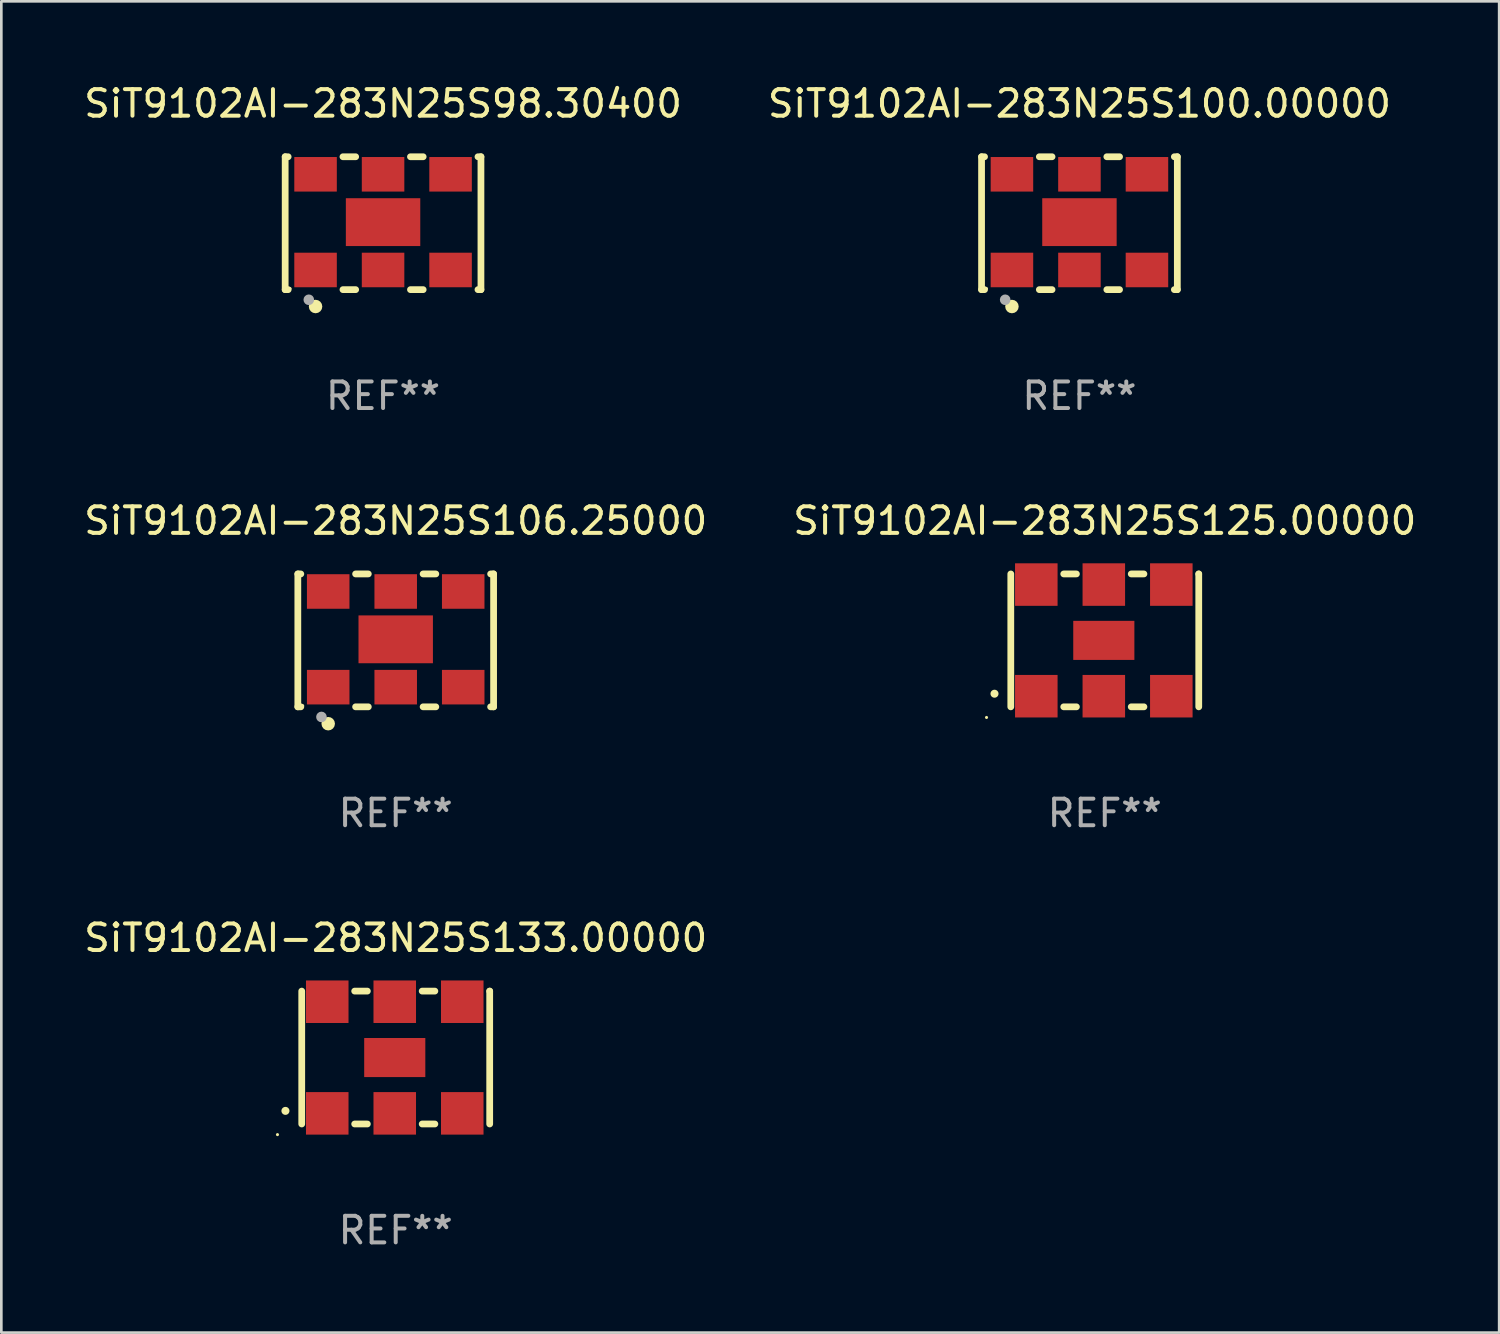
<source format=kicad_pcb>
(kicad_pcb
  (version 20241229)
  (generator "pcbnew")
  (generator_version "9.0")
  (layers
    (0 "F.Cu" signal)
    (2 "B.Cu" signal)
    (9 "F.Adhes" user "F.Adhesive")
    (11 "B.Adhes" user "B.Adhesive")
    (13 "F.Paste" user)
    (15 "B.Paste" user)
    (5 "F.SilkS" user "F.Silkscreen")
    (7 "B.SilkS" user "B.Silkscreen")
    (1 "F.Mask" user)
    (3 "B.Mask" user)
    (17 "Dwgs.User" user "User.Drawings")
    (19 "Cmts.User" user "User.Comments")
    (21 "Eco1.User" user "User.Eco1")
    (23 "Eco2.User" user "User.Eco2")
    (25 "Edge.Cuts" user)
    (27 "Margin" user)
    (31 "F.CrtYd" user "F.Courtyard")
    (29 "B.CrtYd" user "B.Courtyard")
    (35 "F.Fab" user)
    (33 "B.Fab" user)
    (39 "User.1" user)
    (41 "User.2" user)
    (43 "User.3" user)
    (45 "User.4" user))
  (footprint "SiT9102AI-283N25S125.00000"
    (layer "F.Cu")
    (at 38.518 21.045)
    (property "Reference" "SiT9102AI-283N25S125.00000" (at 0 -4.5 0) (layer "F.SilkS") (effects (font (size 1 1) (thickness 0.15))))
    (attr through_hole)
    (fp_line (start -3.536 -2.5) (end -3.536 2.5) (stroke (width 0.254) (type solid)) (layer "F.SilkS"))
    (fp_line (start -1.544 2.5) (end -1.067 2.5) (stroke (width 0.254) (type solid)) (layer "F.SilkS"))
    (fp_line (start -1.067 -2.5) (end -1.544 -2.5) (stroke (width 0.254) (type solid)) (layer "F.SilkS"))
    (fp_line (start 0.996 2.5) (end 1.473 2.5) (stroke (width 0.254) (type solid)) (layer "F.SilkS"))
    (fp_line (start 1.473 -2.5) (end 0.996 -2.5) (stroke (width 0.254) (type solid)) (layer "F.SilkS"))
    (fp_line (start 3.536 -2.5) (end 3.536 -2.5) (stroke (width 0.254) (type solid)) (layer "F.SilkS"))
    (fp_line (start 3.536 2.5) (end 3.536 -2.5) (stroke (width 0.254) (type solid)) (layer "F.SilkS"))
    (fp_arc (start -4.150432 2.006604) (mid -4.149162 2.006599) (end -4.147892 2.006604) (stroke (width 0.3) (type solid)) (layer "F.SilkS"))
    (fp_circle (center -4.449 2.9) (end -4.419 2.9) (stroke (width 0.06) (type solid)) (fill no) (layer "F.SilkS"))
    (fp_text user "REF**" (at 0 6.5 0) (layer "F.Fab") (effects (font (size 1 1) (thickness 0.15))))
    (pad "1" smd rect (at -2.576 2.1) (size 1.6 1.6) (layers "F.Cu" "F.Mask" "F.Paste"))
    (pad "2" smd rect (at -0.036 2.1) (size 1.6 1.6) (layers "F.Cu" "F.Mask" "F.Paste"))
    (pad "3" smd rect (at 2.504 2.1) (size 1.6 1.6) (layers "F.Cu" "F.Mask" "F.Paste"))
    (pad "4" smd rect (at 2.504 -2.1) (size 1.6 1.6) (layers "F.Cu" "F.Mask" "F.Paste"))
    (pad "5" smd rect (at -0.036 -2.1) (size 1.6 1.6) (layers "F.Cu" "F.Mask" "F.Paste"))
    (pad "6" smd rect (at -2.576 -2.1) (size 1.6 1.6) (layers "F.Cu" "F.Mask" "F.Paste"))
    (pad "7" smd rect (at -0.036 0) (size 2.3 1.47) (layers "F.Cu" "F.Mask" "F.Paste")))
  (footprint "SiT9102AI-283N25S106.25000"
    (layer "F.Cu")
    (at 11.839 21.045)
    (property "Reference" "SiT9102AI-283N25S106.25000" (at 0 -4.5 0) (layer "F.SilkS") (effects (font (size 1 1) (thickness 0.15))))
    (attr through_hole)
    (fp_line (start -3.683 -2.5) (end -3.571 -2.5) (stroke (width 0.254) (type solid)) (layer "F.SilkS"))
    (fp_line (start -3.683 2.5) (end -3.683 -2.5) (stroke (width 0.254) (type solid)) (layer "F.SilkS"))
    (fp_line (start -3.683 2.5) (end -3.571 2.5) (stroke (width 0.254) (type solid)) (layer "F.SilkS"))
    (fp_line (start -1.509 -2.5) (end -1.031 -2.5) (stroke (width 0.254) (type solid)) (layer "F.SilkS"))
    (fp_line (start -1.509 2.5) (end -1.031 2.5) (stroke (width 0.254) (type solid)) (layer "F.SilkS"))
    (fp_line (start 1.031 -2.5) (end 1.509 -2.5) (stroke (width 0.254) (type solid)) (layer "F.SilkS"))
    (fp_line (start 1.031 2.5) (end 1.509 2.5) (stroke (width 0.254) (type solid)) (layer "F.SilkS"))
    (fp_line (start 3.571 -2.5) (end 3.683 -2.5) (stroke (width 0.254) (type solid)) (layer "F.SilkS"))
    (fp_line (start 3.571 2.5) (end 3.683 2.5) (stroke (width 0.254) (type solid)) (layer "F.SilkS"))
    (fp_line (start 3.683 2.5) (end 3.683 -2.5) (stroke (width 0.254) (type solid)) (layer "F.SilkS"))
    (fp_circle (center -3.5 2.46) (end -3.47 2.46) (stroke (width 0.06) (type solid)) (fill no) (layer "F.SilkS"))
    (fp_circle (center -2.54 3.135) (end -2.413 3.135) (stroke (width 0.254) (type solid)) (fill no) (layer "F.SilkS"))
    (fp_circle (center -2.794 2.881) (end -2.694 2.881) (stroke (width 0.2) (type solid)) (fill no) (layer "F.Fab"))
    (fp_text user "REF**" (at 0 6.5 0) (layer "F.Fab") (effects (font (size 1 1) (thickness 0.15))))
    (pad "1" smd rect (at -2.54 1.76) (size 1.6 1.3) (layers "F.Cu" "F.Mask" "F.Paste"))
    (pad "2" smd rect (at 0 1.76) (size 1.6 1.3) (layers "F.Cu" "F.Mask" "F.Paste"))
    (pad "3" smd rect (at 2.54 1.76) (size 1.6 1.3) (layers "F.Cu" "F.Mask" "F.Paste"))
    (pad "4" smd rect (at 2.54 -1.84) (size 1.6 1.3) (layers "F.Cu" "F.Mask" "F.Paste"))
    (pad "5" smd rect (at 0 -1.84) (size 1.6 1.3) (layers "F.Cu" "F.Mask" "F.Paste"))
    (pad "6" smd rect (at -2.54 -1.84) (size 1.6 1.3) (layers "F.Cu" "F.Mask" "F.Paste"))
    (pad "7" smd rect (at 0 -0.04) (size 2.8 1.8) (layers "F.Cu" "F.Mask" "F.Paste")))
  (footprint "SiT9102AI-283N25S100.00000"
    (layer "F.Cu")
    (at 37.565 5.348)
    (property "Reference" "SiT9102AI-283N25S100.00000" (at 0 -4.5 0) (layer "F.SilkS") (effects (font (size 1 1) (thickness 0.15))))
    (attr through_hole)
    (fp_line (start -3.683 -2.5) (end -3.571 -2.5) (stroke (width 0.254) (type solid)) (layer "F.SilkS"))
    (fp_line (start -3.683 2.5) (end -3.683 -2.5) (stroke (width 0.254) (type solid)) (layer "F.SilkS"))
    (fp_line (start -3.683 2.5) (end -3.571 2.5) (stroke (width 0.254) (type solid)) (layer "F.SilkS"))
    (fp_line (start -1.509 -2.5) (end -1.031 -2.5) (stroke (width 0.254) (type solid)) (layer "F.SilkS"))
    (fp_line (start -1.509 2.5) (end -1.031 2.5) (stroke (width 0.254) (type solid)) (layer "F.SilkS"))
    (fp_line (start 1.031 -2.5) (end 1.509 -2.5) (stroke (width 0.254) (type solid)) (layer "F.SilkS"))
    (fp_line (start 1.031 2.5) (end 1.509 2.5) (stroke (width 0.254) (type solid)) (layer "F.SilkS"))
    (fp_line (start 3.571 -2.5) (end 3.683 -2.5) (stroke (width 0.254) (type solid)) (layer "F.SilkS"))
    (fp_line (start 3.571 2.5) (end 3.683 2.5) (stroke (width 0.254) (type solid)) (layer "F.SilkS"))
    (fp_line (start 3.683 2.5) (end 3.683 -2.5) (stroke (width 0.254) (type solid)) (layer "F.SilkS"))
    (fp_circle (center -3.5 2.46) (end -3.47 2.46) (stroke (width 0.06) (type solid)) (fill no) (layer "F.SilkS"))
    (fp_circle (center -2.54 3.135) (end -2.413 3.135) (stroke (width 0.254) (type solid)) (fill no) (layer "F.SilkS"))
    (fp_circle (center -2.794 2.881) (end -2.694 2.881) (stroke (width 0.2) (type solid)) (fill no) (layer "F.Fab"))
    (fp_text user "REF**" (at 0 6.5 0) (layer "F.Fab") (effects (font (size 1 1) (thickness 0.15))))
    (pad "1" smd rect (at -2.54 1.76) (size 1.6 1.3) (layers "F.Cu" "F.Mask" "F.Paste"))
    (pad "2" smd rect (at 0 1.76) (size 1.6 1.3) (layers "F.Cu" "F.Mask" "F.Paste"))
    (pad "3" smd rect (at 2.54 1.76) (size 1.6 1.3) (layers "F.Cu" "F.Mask" "F.Paste"))
    (pad "4" smd rect (at 2.54 -1.84) (size 1.6 1.3) (layers "F.Cu" "F.Mask" "F.Paste"))
    (pad "5" smd rect (at 0 -1.84) (size 1.6 1.3) (layers "F.Cu" "F.Mask" "F.Paste"))
    (pad "6" smd rect (at -2.54 -1.84) (size 1.6 1.3) (layers "F.Cu" "F.Mask" "F.Paste"))
    (pad "7" smd rect (at 0 -0.04) (size 2.8 1.8) (layers "F.Cu" "F.Mask" "F.Paste")))
  (footprint "SiT9102AI-283N25S98.30400"
    (layer "F.Cu")
    (at 11.363 5.348)
    (property "Reference" "SiT9102AI-283N25S98.30400" (at 0 -4.5 0) (layer "F.SilkS") (effects (font (size 1 1) (thickness 0.15))))
    (attr through_hole)
    (fp_line (start -3.683 -2.5) (end -3.571 -2.5) (stroke (width 0.254) (type solid)) (layer "F.SilkS"))
    (fp_line (start -3.683 2.5) (end -3.683 -2.5) (stroke (width 0.254) (type solid)) (layer "F.SilkS"))
    (fp_line (start -3.683 2.5) (end -3.571 2.5) (stroke (width 0.254) (type solid)) (layer "F.SilkS"))
    (fp_line (start -1.509 -2.5) (end -1.031 -2.5) (stroke (width 0.254) (type solid)) (layer "F.SilkS"))
    (fp_line (start -1.509 2.5) (end -1.031 2.5) (stroke (width 0.254) (type solid)) (layer "F.SilkS"))
    (fp_line (start 1.031 -2.5) (end 1.509 -2.5) (stroke (width 0.254) (type solid)) (layer "F.SilkS"))
    (fp_line (start 1.031 2.5) (end 1.509 2.5) (stroke (width 0.254) (type solid)) (layer "F.SilkS"))
    (fp_line (start 3.571 -2.5) (end 3.683 -2.5) (stroke (width 0.254) (type solid)) (layer "F.SilkS"))
    (fp_line (start 3.571 2.5) (end 3.683 2.5) (stroke (width 0.254) (type solid)) (layer "F.SilkS"))
    (fp_line (start 3.683 2.5) (end 3.683 -2.5) (stroke (width 0.254) (type solid)) (layer "F.SilkS"))
    (fp_circle (center -3.5 2.46) (end -3.47 2.46) (stroke (width 0.06) (type solid)) (fill no) (layer "F.SilkS"))
    (fp_circle (center -2.54 3.135) (end -2.413 3.135) (stroke (width 0.254) (type solid)) (fill no) (layer "F.SilkS"))
    (fp_circle (center -2.794 2.881) (end -2.694 2.881) (stroke (width 0.2) (type solid)) (fill no) (layer "F.Fab"))
    (fp_text user "REF**" (at 0 6.5 0) (layer "F.Fab") (effects (font (size 1 1) (thickness 0.15))))
    (pad "1" smd rect (at -2.54 1.76) (size 1.6 1.3) (layers "F.Cu" "F.Mask" "F.Paste"))
    (pad "2" smd rect (at 0 1.76) (size 1.6 1.3) (layers "F.Cu" "F.Mask" "F.Paste"))
    (pad "3" smd rect (at 2.54 1.76) (size 1.6 1.3) (layers "F.Cu" "F.Mask" "F.Paste"))
    (pad "4" smd rect (at 2.54 -1.84) (size 1.6 1.3) (layers "F.Cu" "F.Mask" "F.Paste"))
    (pad "5" smd rect (at 0 -1.84) (size 1.6 1.3) (layers "F.Cu" "F.Mask" "F.Paste"))
    (pad "6" smd rect (at -2.54 -1.84) (size 1.6 1.3) (layers "F.Cu" "F.Mask" "F.Paste"))
    (pad "7" smd rect (at 0 -0.04) (size 2.8 1.8) (layers "F.Cu" "F.Mask" "F.Paste")))
  (footprint "SiT9102AI-283N25S133.00000"
    (layer "F.Cu")
    (at 11.839 36.741)
    (property "Reference" "SiT9102AI-283N25S133.00000" (at 0 -4.5 0) (layer "F.SilkS") (effects (font (size 1 1) (thickness 0.15))))
    (attr through_hole)
    (fp_line (start -3.536 -2.5) (end -3.536 2.5) (stroke (width 0.254) (type solid)) (layer "F.SilkS"))
    (fp_line (start -1.544 2.5) (end -1.067 2.5) (stroke (width 0.254) (type solid)) (layer "F.SilkS"))
    (fp_line (start -1.067 -2.5) (end -1.544 -2.5) (stroke (width 0.254) (type solid)) (layer "F.SilkS"))
    (fp_line (start 0.996 2.5) (end 1.473 2.5) (stroke (width 0.254) (type solid)) (layer "F.SilkS"))
    (fp_line (start 1.473 -2.5) (end 0.996 -2.5) (stroke (width 0.254) (type solid)) (layer "F.SilkS"))
    (fp_line (start 3.536 -2.5) (end 3.536 -2.5) (stroke (width 0.254) (type solid)) (layer "F.SilkS"))
    (fp_line (start 3.536 2.5) (end 3.536 -2.5) (stroke (width 0.254) (type solid)) (layer "F.SilkS"))
    (fp_arc (start -4.150432 2.006604) (mid -4.149162 2.006599) (end -4.147892 2.006604) (stroke (width 0.3) (type solid)) (layer "F.SilkS"))
    (fp_circle (center -4.449 2.9) (end -4.419 2.9) (stroke (width 0.06) (type solid)) (fill no) (layer "F.SilkS"))
    (fp_text user "REF**" (at 0 6.5 0) (layer "F.Fab") (effects (font (size 1 1) (thickness 0.15))))
    (pad "1" smd rect (at -2.576 2.1) (size 1.6 1.6) (layers "F.Cu" "F.Mask" "F.Paste"))
    (pad "2" smd rect (at -0.036 2.1) (size 1.6 1.6) (layers "F.Cu" "F.Mask" "F.Paste"))
    (pad "3" smd rect (at 2.504 2.1) (size 1.6 1.6) (layers "F.Cu" "F.Mask" "F.Paste"))
    (pad "4" smd rect (at 2.504 -2.1) (size 1.6 1.6) (layers "F.Cu" "F.Mask" "F.Paste"))
    (pad "5" smd rect (at -0.036 -2.1) (size 1.6 1.6) (layers "F.Cu" "F.Mask" "F.Paste"))
    (pad "6" smd rect (at -2.576 -2.1) (size 1.6 1.6) (layers "F.Cu" "F.Mask" "F.Paste"))
    (pad "7" smd rect (at -0.036 0) (size 2.3 1.47) (layers "F.Cu" "F.Mask" "F.Paste")))
  (gr_rect
    (start -3 -3)
    (end 53.357 47.09)
    (stroke (width 0.1) (type default))
    (fill no)
    (layer "Edge.Cuts")))
</source>
